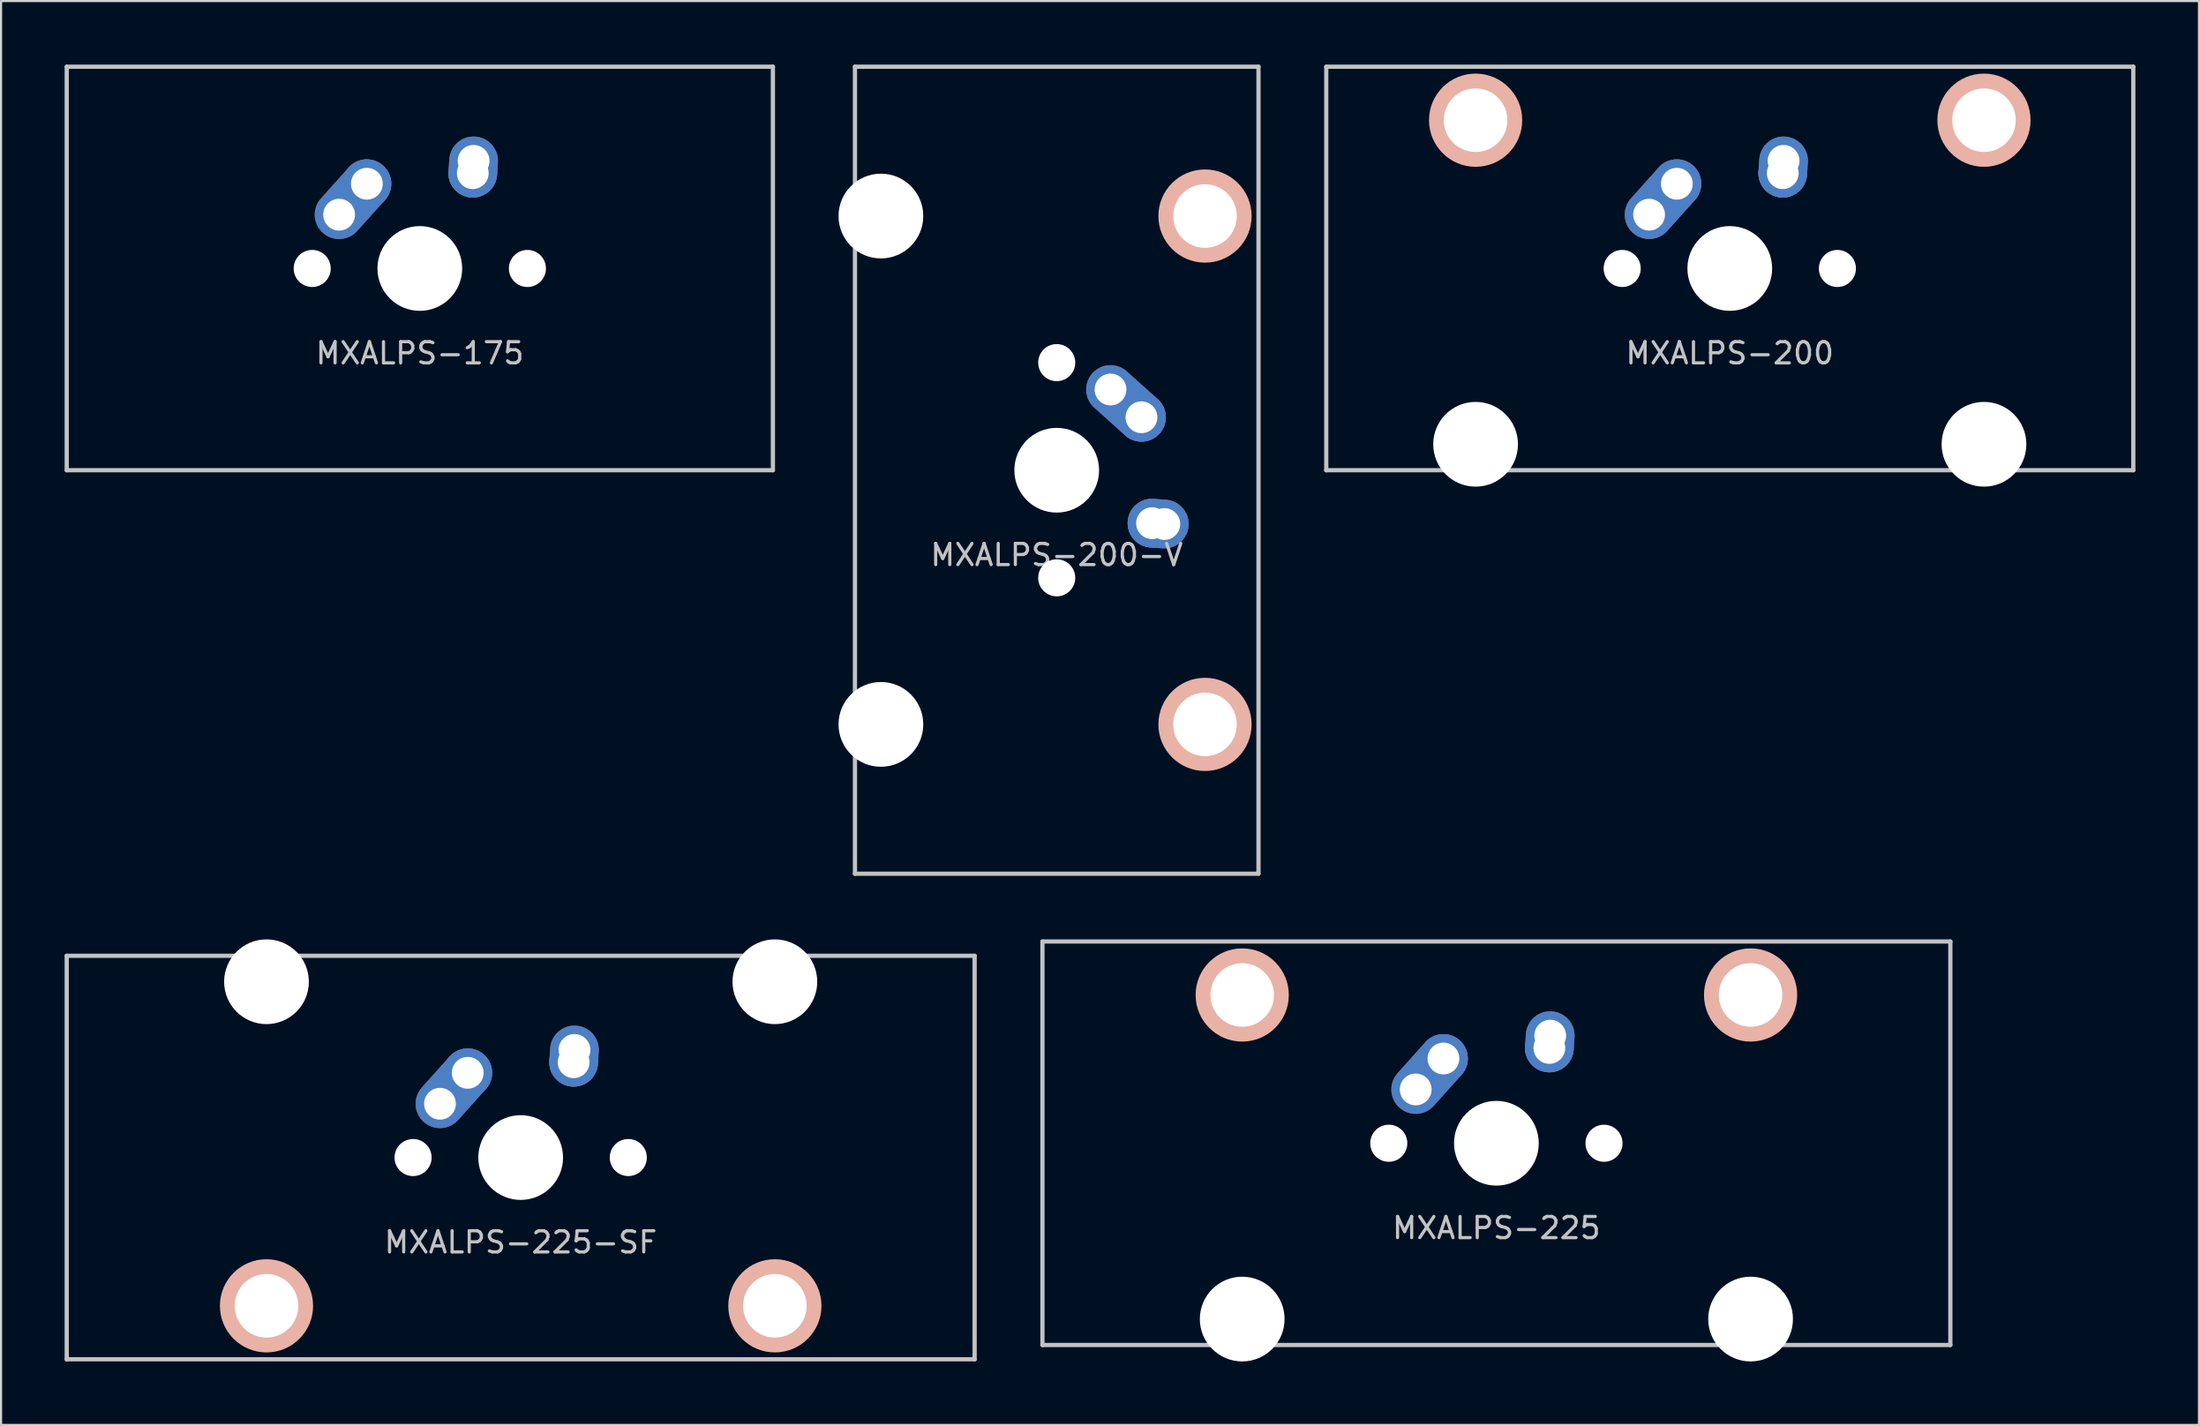
<source format=kicad_pcb>
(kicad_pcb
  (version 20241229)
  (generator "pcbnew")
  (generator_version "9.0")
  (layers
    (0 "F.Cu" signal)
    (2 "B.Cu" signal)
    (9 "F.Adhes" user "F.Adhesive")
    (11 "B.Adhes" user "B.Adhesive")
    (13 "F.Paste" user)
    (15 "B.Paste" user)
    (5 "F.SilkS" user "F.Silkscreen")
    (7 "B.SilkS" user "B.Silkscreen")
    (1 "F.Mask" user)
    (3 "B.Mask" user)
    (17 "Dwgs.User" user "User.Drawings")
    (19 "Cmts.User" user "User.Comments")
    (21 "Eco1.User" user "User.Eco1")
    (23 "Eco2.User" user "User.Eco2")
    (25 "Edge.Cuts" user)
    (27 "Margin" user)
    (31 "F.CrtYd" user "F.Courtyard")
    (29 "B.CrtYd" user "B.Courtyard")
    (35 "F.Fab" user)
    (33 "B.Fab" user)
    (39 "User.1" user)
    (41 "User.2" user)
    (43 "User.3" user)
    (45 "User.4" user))
  (footprint "MXALPS-200-V"
    (layer "F.Cu")
    (at 46.837 19.15)
    (property "Reference" "MXALPS-200-V" (at 0 4 0) (layer "Dwgs.User") (effects (font (size 1 1) (thickness 0.15))))
    (attr through_hole)
    (fp_circle (center 7 -12) (end 7 -9.8) (stroke (width 0) (type solid)) (fill yes) (layer "B.SilkS"))
    (fp_circle (center 7 12) (end 7 14.2) (stroke (width 0) (type solid)) (fill yes) (layer "B.SilkS"))
    (fp_line (start -9.525 -19.05) (end 9.525 -19.05) (stroke (width 0.2) (type solid)) (layer "Dwgs.User"))
    (fp_line (start -9.525 19.05) (end -9.525 -19.05) (stroke (width 0.2) (type solid)) (layer "Dwgs.User"))
    (fp_line (start 9.525 -19.05) (end 9.525 19.05) (stroke (width 0.2) (type solid)) (layer "Dwgs.User"))
    (fp_line (start 9.525 19.05) (end -9.525 19.05) (stroke (width 0.2) (type solid)) (layer "Dwgs.User"))
    (pad "" np_thru_hole circle (at -8.3 -12 270) (size 4 4) (drill 4) (layers "*.Cu" "*.Mask"))
    (pad "" np_thru_hole circle (at -8.3 12 270) (size 4 4) (drill 4) (layers "*.Cu" "*.Mask"))
    (pad "" np_thru_hole circle (at 0 -5.08 270) (size 1.75 1.75) (drill 1.75) (layers "*.Cu" "*.Mask"))
    (pad "" np_thru_hole circle (at 0 0 270) (size 4 4) (drill 4) (layers "*.Cu" "*.Mask"))
    (pad "" np_thru_hole circle (at 0 5.08 270) (size 1.75 1.75) (drill 1.75) (layers "*.Cu" "*.Mask"))
    (pad "" np_thru_hole circle (at 7 -12 270) (size 3 3) (drill 3) (layers "*.Cu" "*.Mask"))
    (pad "" np_thru_hole circle (at 7 12 270) (size 3 3) (drill 3) (layers "*.Cu" "*.Mask"))
    (pad "1" thru_hole circle (at 4.5 2.5 270) (size 2.3 2.3) (drill 1.5) (layers "*.Cu" "B.Mask"))
    (pad "1" thru_hole oval (at 5.08 2.54 266.056) (size 2.3 2.881) (drill 1.5 (offset 0 0.291)) (layers "*.Cu" "B.Mask"))
    (pad "2" thru_hole oval (at 2.54 -3.81 318.1) (size 4.262 2.3) (drill 1.5 (offset 0.981 0)) (layers "*.Cu" "B.Mask"))
    (pad "2" thru_hole circle (at 4 -2.5 270) (size 2.3 2.3) (drill 1.5) (layers "*.Cu" "B.Mask")))
  (footprint "MXALPS-225-SF"
    (layer "F.Cu")
    (at 21.531 51.6)
    (property "Reference" "MXALPS-225-SF" (at 0 4 0) (layer "Dwgs.User") (effects (font (size 1 1) (thickness 0.15))))
    (attr through_hole)
    (fp_circle (center -12 7) (end -14.2 7) (stroke (width 0) (type solid)) (fill yes) (layer "B.SilkS"))
    (fp_circle (center 12 7) (end 9.8 7) (stroke (width 0) (type solid)) (fill yes) (layer "B.SilkS"))
    (fp_line (start -21.431 -9.525) (end 21.431 -9.525) (stroke (width 0.2) (type solid)) (layer "Dwgs.User"))
    (fp_line (start -21.431 9.525) (end -21.431 -9.525) (stroke (width 0.2) (type solid)) (layer "Dwgs.User"))
    (fp_line (start 21.431 -9.525) (end 21.431 9.525) (stroke (width 0.2) (type solid)) (layer "Dwgs.User"))
    (fp_line (start 21.431 9.525) (end -21.431 9.525) (stroke (width 0.2) (type solid)) (layer "Dwgs.User"))
    (pad "" np_thru_hole circle (at -12 -8.3 180) (size 4 4) (drill 4) (layers "*.Cu" "*.Mask"))
    (pad "" np_thru_hole circle (at -12 7 180) (size 3 3) (drill 3) (layers "*.Cu" "*.Mask"))
    (pad "" np_thru_hole circle (at -5.08 0) (size 1.75 1.75) (drill 1.75) (layers "*.Cu" "*.Mask"))
    (pad "" np_thru_hole circle (at 0 0) (size 4 4) (drill 4) (layers "*.Cu" "*.Mask"))
    (pad "" np_thru_hole circle (at 5.08 0) (size 1.75 1.75) (drill 1.75) (layers "*.Cu" "*.Mask"))
    (pad "" np_thru_hole circle (at 12 -8.3 180) (size 4 4) (drill 4) (layers "*.Cu" "*.Mask"))
    (pad "" np_thru_hole circle (at 12 7 180) (size 3 3) (drill 3) (layers "*.Cu" "*.Mask"))
    (pad "1" thru_hole circle (at 2.5 -4.5) (size 2.3 2.3) (drill 1.5) (layers "*.Cu" "B.Mask"))
    (pad "1" thru_hole oval (at 2.54 -5.08 356.056) (size 2.3 2.881) (drill 1.5 (offset 0 0.291)) (layers "*.Cu" "B.Mask"))
    (pad "2" thru_hole oval (at -3.81 -2.54 48.1) (size 4.262 2.3) (drill 1.5 (offset 0.981 0)) (layers "*.Cu" "B.Mask"))
    (pad "2" thru_hole circle (at -2.5 -4) (size 2.3 2.3) (drill 1.5) (layers "*.Cu" "B.Mask")))
  (footprint "MXALPS-175"
    (layer "F.Cu")
    (at 16.769 9.625)
    (property "Reference" "MXALPS-175" (at 0 4 0) (layer "Dwgs.User") (effects (font (size 1 1) (thickness 0.15))))
    (attr through_hole)
    (fp_line (start -16.669 -9.525) (end 16.669 -9.525) (stroke (width 0.2) (type solid)) (layer "Dwgs.User"))
    (fp_line (start -16.669 9.525) (end -16.669 -9.525) (stroke (width 0.2) (type solid)) (layer "Dwgs.User"))
    (fp_line (start 16.669 -9.525) (end 16.669 9.525) (stroke (width 0.2) (type solid)) (layer "Dwgs.User"))
    (fp_line (start 16.669 9.525) (end -16.669 9.525) (stroke (width 0.2) (type solid)) (layer "Dwgs.User"))
    (pad "" np_thru_hole circle (at -5.08 0) (size 1.75 1.75) (drill 1.75) (layers "*.Cu" "*.Mask"))
    (pad "" np_thru_hole circle (at 0 0) (size 4 4) (drill 4) (layers "*.Cu" "*.Mask"))
    (pad "" np_thru_hole circle (at 5.08 0) (size 1.75 1.75) (drill 1.75) (layers "*.Cu" "*.Mask"))
    (pad "1" thru_hole circle (at 2.5 -4.5) (size 2.3 2.3) (drill 1.5) (layers "*.Cu" "B.Mask"))
    (pad "1" thru_hole oval (at 2.54 -5.08 356.056) (size 2.3 2.881) (drill 1.5 (offset 0 0.291)) (layers "*.Cu" "B.Mask"))
    (pad "2" thru_hole oval (at -3.81 -2.54 48.1) (size 4.262 2.3) (drill 1.5 (offset 0.981 0)) (layers "*.Cu" "B.Mask"))
    (pad "2" thru_hole circle (at -2.5 -4) (size 2.3 2.3) (drill 1.5) (layers "*.Cu" "B.Mask")))
  (footprint "MXALPS-200"
    (layer "F.Cu")
    (at 78.612 9.625)
    (property "Reference" "MXALPS-200" (at 0 4 0) (layer "Dwgs.User") (effects (font (size 1 1) (thickness 0.15))))
    (attr through_hole)
    (fp_circle (center -12 -7) (end -9.8 -7) (stroke (width 0) (type solid)) (fill yes) (layer "B.SilkS"))
    (fp_circle (center 12 -7) (end 14.2 -7) (stroke (width 0) (type solid)) (fill yes) (layer "B.SilkS"))
    (fp_line (start -19.05 -9.525) (end 19.05 -9.525) (stroke (width 0.2) (type solid)) (layer "Dwgs.User"))
    (fp_line (start -19.05 9.525) (end -19.05 -9.525) (stroke (width 0.2) (type solid)) (layer "Dwgs.User"))
    (fp_line (start 19.05 -9.525) (end 19.05 9.525) (stroke (width 0.2) (type solid)) (layer "Dwgs.User"))
    (fp_line (start 19.05 9.525) (end -19.05 9.525) (stroke (width 0.2) (type solid)) (layer "Dwgs.User"))
    (pad "" np_thru_hole circle (at -12 -7) (size 3 3) (drill 3) (layers "*.Cu" "*.Mask"))
    (pad "" np_thru_hole circle (at -12 8.3) (size 4 4) (drill 4) (layers "*.Cu" "*.Mask"))
    (pad "" np_thru_hole circle (at -5.08 0) (size 1.75 1.75) (drill 1.75) (layers "*.Cu" "*.Mask"))
    (pad "" np_thru_hole circle (at 0 0) (size 4 4) (drill 4) (layers "*.Cu" "*.Mask"))
    (pad "" np_thru_hole circle (at 5.08 0) (size 1.75 1.75) (drill 1.75) (layers "*.Cu" "*.Mask"))
    (pad "" np_thru_hole circle (at 12 -7) (size 3 3) (drill 3) (layers "*.Cu" "*.Mask"))
    (pad "" np_thru_hole circle (at 12 8.3) (size 4 4) (drill 4) (layers "*.Cu" "*.Mask"))
    (pad "1" thru_hole circle (at 2.5 -4.5) (size 2.3 2.3) (drill 1.5) (layers "*.Cu" "B.Mask"))
    (pad "1" thru_hole oval (at 2.54 -5.08 356.056) (size 2.3 2.881) (drill 1.5 (offset 0 0.291)) (layers "*.Cu" "B.Mask"))
    (pad "2" thru_hole oval (at -3.81 -2.54 48.1) (size 4.262 2.3) (drill 1.5 (offset 0.981 0)) (layers "*.Cu" "B.Mask"))
    (pad "2" thru_hole circle (at -2.5 -4) (size 2.3 2.3) (drill 1.5) (layers "*.Cu" "B.Mask")))
  (footprint "MXALPS-225"
    (layer "F.Cu")
    (at 67.594 50.925)
    (property "Reference" "MXALPS-225" (at 0 4 0) (layer "Dwgs.User") (effects (font (size 1 1) (thickness 0.15))))
    (attr through_hole)
    (fp_circle (center -12 -7) (end -9.8 -7) (stroke (width 0) (type solid)) (fill yes) (layer "B.SilkS"))
    (fp_circle (center 12 -7) (end 14.2 -7) (stroke (width 0) (type solid)) (fill yes) (layer "B.SilkS"))
    (fp_line (start -21.431 -9.525) (end 21.431 -9.525) (stroke (width 0.2) (type solid)) (layer "Dwgs.User"))
    (fp_line (start -21.431 9.525) (end -21.431 -9.525) (stroke (width 0.2) (type solid)) (layer "Dwgs.User"))
    (fp_line (start 21.431 -9.525) (end 21.431 9.525) (stroke (width 0.2) (type solid)) (layer "Dwgs.User"))
    (fp_line (start 21.431 9.525) (end -21.431 9.525) (stroke (width 0.2) (type solid)) (layer "Dwgs.User"))
    (pad "" np_thru_hole circle (at -12 -7) (size 3 3) (drill 3) (layers "*.Cu" "*.Mask"))
    (pad "" np_thru_hole circle (at -12 8.3) (size 4 4) (drill 4) (layers "*.Cu" "*.Mask"))
    (pad "" np_thru_hole circle (at -5.08 0) (size 1.75 1.75) (drill 1.75) (layers "*.Cu" "*.Mask"))
    (pad "" np_thru_hole circle (at 0 0) (size 4 4) (drill 4) (layers "*.Cu" "*.Mask"))
    (pad "" np_thru_hole circle (at 5.08 0) (size 1.75 1.75) (drill 1.75) (layers "*.Cu" "*.Mask"))
    (pad "" np_thru_hole circle (at 12 -7) (size 3 3) (drill 3) (layers "*.Cu" "*.Mask"))
    (pad "" np_thru_hole circle (at 12 8.3) (size 4 4) (drill 4) (layers "*.Cu" "*.Mask"))
    (pad "1" thru_hole circle (at 2.5 -4.5) (size 2.3 2.3) (drill 1.5) (layers "*.Cu" "B.Mask"))
    (pad "1" thru_hole oval (at 2.54 -5.08 356.056) (size 2.3 2.881) (drill 1.5 (offset 0 0.291)) (layers "*.Cu" "B.Mask"))
    (pad "2" thru_hole oval (at -3.81 -2.54 48.1) (size 4.262 2.3) (drill 1.5 (offset 0.981 0)) (layers "*.Cu" "B.Mask"))
    (pad "2" thru_hole circle (at -2.5 -4) (size 2.3 2.3) (drill 1.5) (layers "*.Cu" "B.Mask")))
  (gr_rect
    (start -3 -3)
    (end 100.763 64.225)
    (stroke (width 0.1) (type default))
    (fill no)
    (layer "Edge.Cuts")))
</source>
